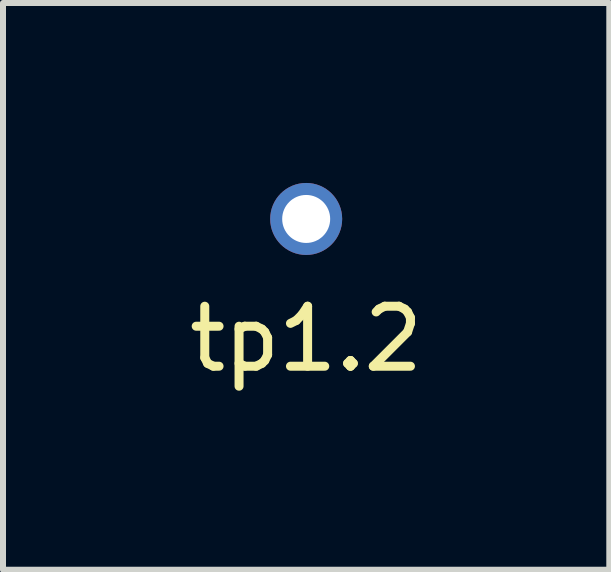
<source format=kicad_pcb>
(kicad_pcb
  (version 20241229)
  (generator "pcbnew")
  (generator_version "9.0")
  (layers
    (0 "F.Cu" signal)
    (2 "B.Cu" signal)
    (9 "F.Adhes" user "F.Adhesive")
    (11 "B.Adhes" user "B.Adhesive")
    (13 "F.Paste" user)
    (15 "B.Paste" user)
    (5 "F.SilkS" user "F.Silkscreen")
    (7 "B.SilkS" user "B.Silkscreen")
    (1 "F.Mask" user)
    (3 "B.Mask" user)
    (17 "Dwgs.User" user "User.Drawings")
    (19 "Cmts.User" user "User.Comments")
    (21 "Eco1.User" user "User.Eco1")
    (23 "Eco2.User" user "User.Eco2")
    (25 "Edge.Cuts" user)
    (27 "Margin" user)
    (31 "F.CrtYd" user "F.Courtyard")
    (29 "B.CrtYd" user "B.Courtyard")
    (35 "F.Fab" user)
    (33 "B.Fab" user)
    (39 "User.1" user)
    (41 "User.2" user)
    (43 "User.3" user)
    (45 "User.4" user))
  (footprint "tp1.2"
    (layer "F.Cu")
    (at 2.054 0.6)
    (property "Reference" "tp1.2" (at 0 2 0) (layer "F.SilkS") (effects (font (size 1 1) (thickness 0.15))))
    (attr through_hole)
    (pad "1" thru_hole circle (at 0 0) (size 1.2 1.2) (drill 0.8) (layers "*.Cu" "*.Mask")))
  (gr_rect
    (start -3 -3)
    (end 7.107 6.448)
    (stroke (width 0.1) (type default))
    (fill no)
    (layer "Edge.Cuts")))
</source>
